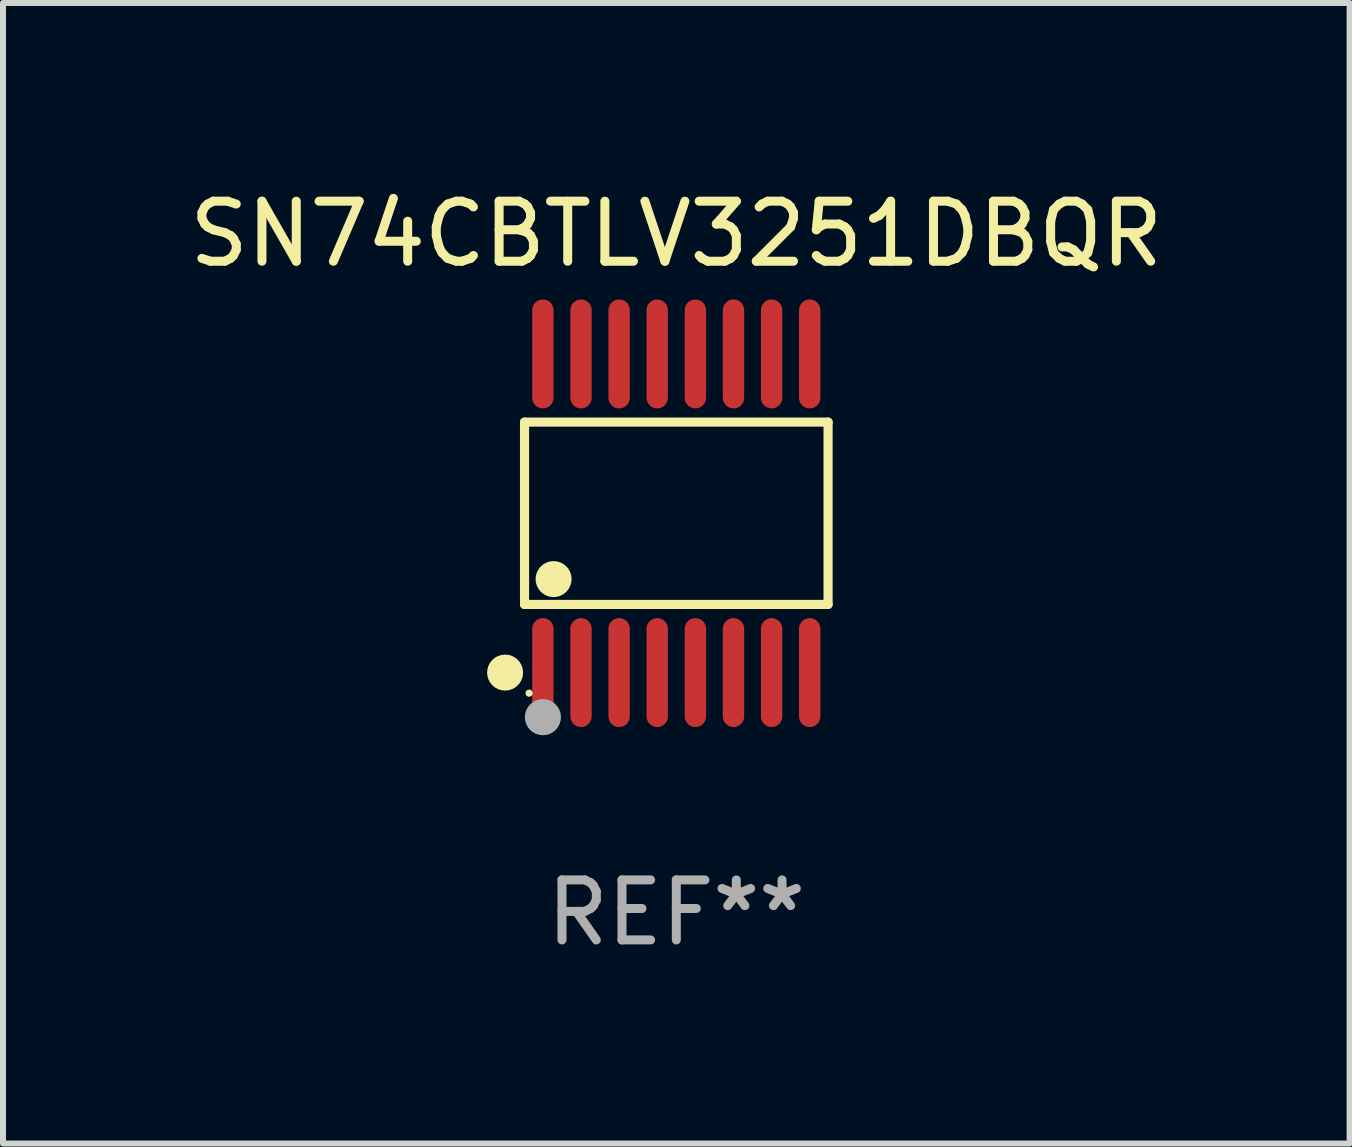
<source format=kicad_pcb>
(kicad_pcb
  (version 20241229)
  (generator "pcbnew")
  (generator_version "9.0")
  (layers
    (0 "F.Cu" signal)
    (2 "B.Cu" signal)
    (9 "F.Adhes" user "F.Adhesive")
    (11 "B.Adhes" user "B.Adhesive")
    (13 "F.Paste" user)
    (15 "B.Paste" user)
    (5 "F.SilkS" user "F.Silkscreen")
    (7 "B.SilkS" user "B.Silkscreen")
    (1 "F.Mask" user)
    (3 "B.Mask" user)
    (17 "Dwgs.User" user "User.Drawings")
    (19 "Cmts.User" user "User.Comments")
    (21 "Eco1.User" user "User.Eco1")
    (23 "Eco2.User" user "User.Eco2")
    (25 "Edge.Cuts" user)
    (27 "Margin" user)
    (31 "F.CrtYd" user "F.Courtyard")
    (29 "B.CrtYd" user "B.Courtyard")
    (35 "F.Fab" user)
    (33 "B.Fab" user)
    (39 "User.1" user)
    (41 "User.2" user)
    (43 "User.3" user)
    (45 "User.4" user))
  (footprint "SN74CBTLV3251DBQR"
    (layer "F.Cu")
    (at 8.22 5.503)
    (property "Reference" "SN74CBTLV3251DBQR" (at 0 -4.655 0) (layer "F.SilkS") (effects (font (size 1 1) (thickness 0.15))))
    (attr through_hole)
    (fp_line (start -2.529 -1.519) (end 2.529 -1.519) (stroke (width 0.152) (type solid)) (layer "F.SilkS"))
    (fp_line (start -2.529 1.519) (end -2.529 -1.519) (stroke (width 0.152) (type solid)) (layer "F.SilkS"))
    (fp_line (start 2.529 -1.519) (end 2.529 1.519) (stroke (width 0.152) (type solid)) (layer "F.SilkS"))
    (fp_line (start 2.529 1.519) (end -2.529 1.519) (stroke (width 0.152) (type solid)) (layer "F.SilkS"))
    (fp_circle (center -2.853 2.655) (end -2.703 2.655) (stroke (width 0.3) (type solid)) (fill no) (layer "F.SilkS"))
    (fp_circle (center -2.453 2.998) (end -2.423 2.998) (stroke (width 0.06) (type solid)) (fill no) (layer "F.SilkS"))
    (fp_circle (center -2.045 1.097) (end -1.895 1.097) (stroke (width 0.3) (type solid)) (fill no) (layer "F.SilkS"))
    (fp_circle (center -2.223 3.398) (end -2.072 3.398) (stroke (width 0.3) (type solid)) (fill no) (layer "F.Fab"))
    (fp_text user "REF**" (at 0 6.655 0) (layer "F.Fab") (effects (font (size 1 1) (thickness 0.15))))
    (pad "1" smd oval (at -2.223 2.655) (size 0.356 1.815) (layers "F.Cu" "F.Mask" "F.Paste"))
    (pad "2" smd oval (at -1.588 2.655) (size 0.356 1.815) (layers "F.Cu" "F.Mask" "F.Paste"))
    (pad "3" smd oval (at -0.953 2.655) (size 0.356 1.815) (layers "F.Cu" "F.Mask" "F.Paste"))
    (pad "4" smd oval (at -0.318 2.655) (size 0.356 1.815) (layers "F.Cu" "F.Mask" "F.Paste"))
    (pad "5" smd oval (at 0.318 2.655) (size 0.356 1.815) (layers "F.Cu" "F.Mask" "F.Paste"))
    (pad "6" smd oval (at 0.953 2.655) (size 0.356 1.815) (layers "F.Cu" "F.Mask" "F.Paste"))
    (pad "7" smd oval (at 1.588 2.655) (size 0.356 1.815) (layers "F.Cu" "F.Mask" "F.Paste"))
    (pad "8" smd oval (at 2.223 2.655) (size 0.356 1.815) (layers "F.Cu" "F.Mask" "F.Paste"))
    (pad "9" smd oval (at 2.223 -2.655) (size 0.356 1.815) (layers "F.Cu" "F.Mask" "F.Paste"))
    (pad "10" smd oval (at 1.588 -2.655) (size 0.356 1.815) (layers "F.Cu" "F.Mask" "F.Paste"))
    (pad "11" smd oval (at 0.953 -2.655) (size 0.356 1.815) (layers "F.Cu" "F.Mask" "F.Paste"))
    (pad "12" smd oval (at 0.318 -2.655) (size 0.356 1.815) (layers "F.Cu" "F.Mask" "F.Paste"))
    (pad "13" smd oval (at -0.318 -2.655) (size 0.356 1.815) (layers "F.Cu" "F.Mask" "F.Paste"))
    (pad "14" smd oval (at -0.953 -2.655) (size 0.356 1.815) (layers "F.Cu" "F.Mask" "F.Paste"))
    (pad "15" smd oval (at -1.588 -2.655) (size 0.356 1.815) (layers "F.Cu" "F.Mask" "F.Paste"))
    (pad "16" smd oval (at -2.223 -2.655) (size 0.356 1.815) (layers "F.Cu" "F.Mask" "F.Paste")))
  (gr_rect
    (start -3 -3)
    (end 19.44 16.006)
    (stroke (width 0.1) (type default))
    (fill no)
    (layer "Edge.Cuts")))
</source>
